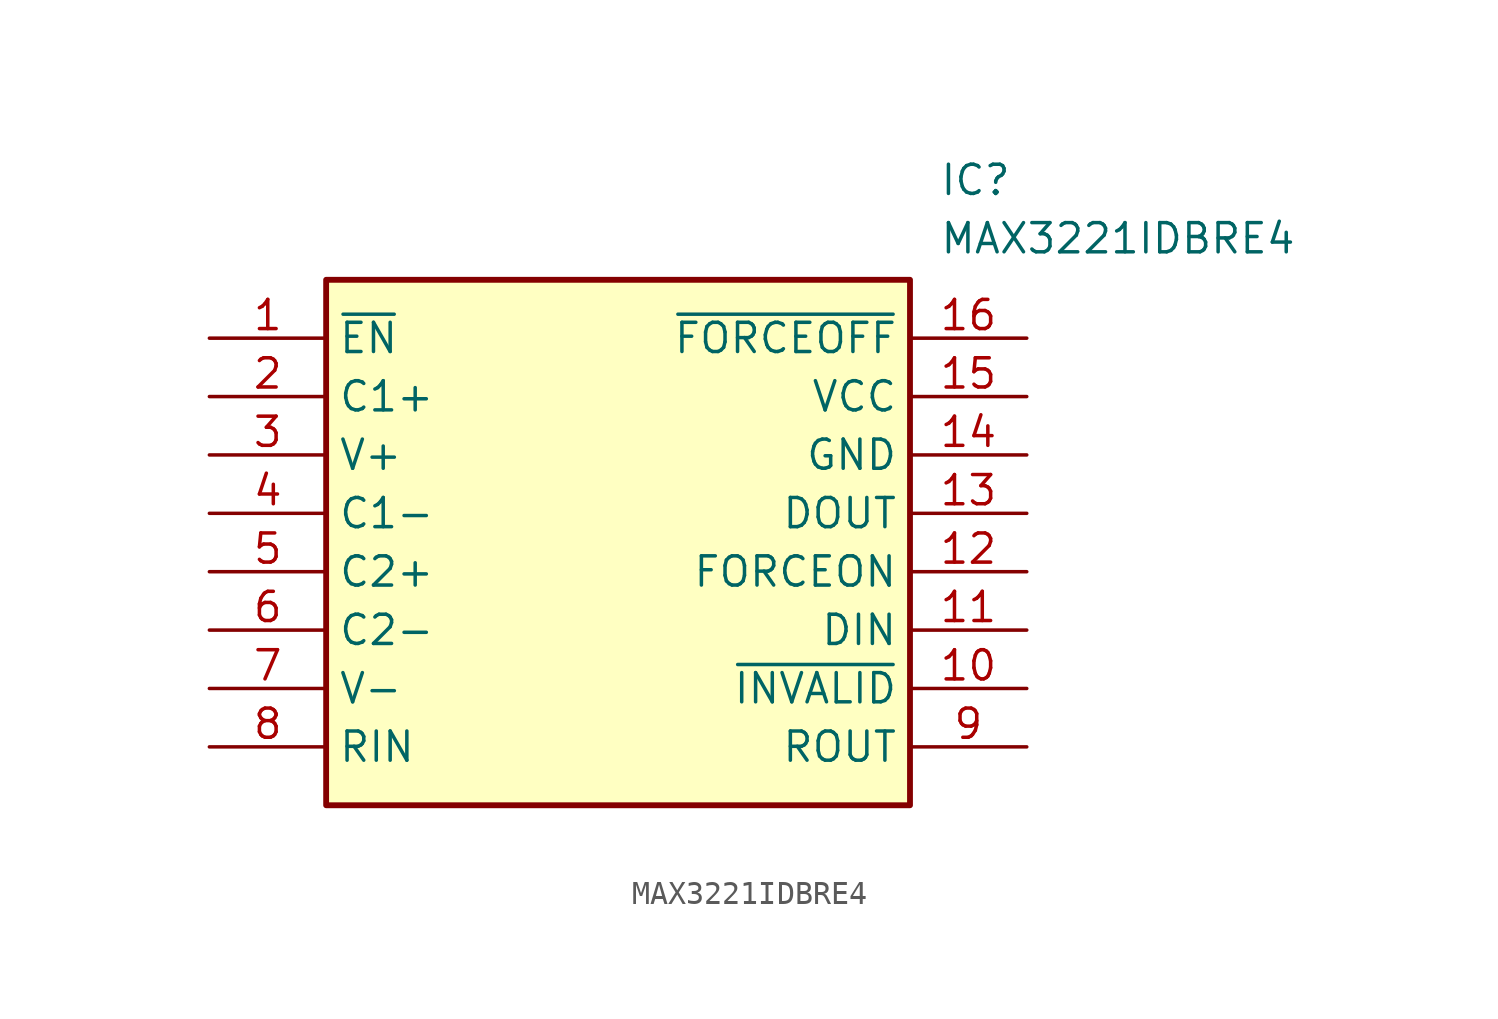
<source format=kicad_sym>
(kicad_symbol_lib
  (version 20211014)
  (generator SamacSys_ECAD_Model)
  (symbol "MAX3221IDBRE4"
    (property "Reference" "IC"
      (at 31.75 7.62 0)
      (effects (font (size 1.27 1.27)) (justify left top)))
    (property "Value" "MAX3221IDBRE4"
      (at 31.75 5.08 0)
      (effects (font (size 1.27 1.27)) (justify left top)))
    (rectangle
      (start 5.08 2.54)
      (end 30.48 -20.32)
      (stroke (width 0.254) (type default))
      (fill (type background)))
    (pin passive line
      (at 0 0 0)
      (length 5.08)
      (name "~{EN}" (effects (font (size 1.27 1.27))))
      (number "1" (effects (font (size 1.27 1.27)))))
    (pin passive line
      (at 0 -2.54 0)
      (length 5.08)
      (name "C1+" (effects (font (size 1.27 1.27))))
      (number "2" (effects (font (size 1.27 1.27)))))
    (pin passive line
      (at 0 -5.08 0)
      (length 5.08)
      (name "V+" (effects (font (size 1.27 1.27))))
      (number "3" (effects (font (size 1.27 1.27)))))
    (pin passive line
      (at 0 -7.62 0)
      (length 5.08)
      (name "C1-" (effects (font (size 1.27 1.27))))
      (number "4" (effects (font (size 1.27 1.27)))))
    (pin passive line
      (at 0 -10.16 0)
      (length 5.08)
      (name "C2+" (effects (font (size 1.27 1.27))))
      (number "5" (effects (font (size 1.27 1.27)))))
    (pin passive line
      (at 0 -12.7 0)
      (length 5.08)
      (name "C2-" (effects (font (size 1.27 1.27))))
      (number "6" (effects (font (size 1.27 1.27)))))
    (pin passive line
      (at 0 -15.24 0)
      (length 5.08)
      (name "V-" (effects (font (size 1.27 1.27))))
      (number "7" (effects (font (size 1.27 1.27)))))
    (pin passive line
      (at 0 -17.78 0)
      (length 5.08)
      (name "RIN" (effects (font (size 1.27 1.27))))
      (number "8" (effects (font (size 1.27 1.27)))))
    (pin passive line
      (at 35.56 0 180)
      (length 5.08)
      (name "~{FORCEOFF}" (effects (font (size 1.27 1.27))))
      (number "16" (effects (font (size 1.27 1.27)))))
    (pin passive line
      (at 35.56 -2.54 180)
      (length 5.08)
      (name "VCC" (effects (font (size 1.27 1.27))))
      (number "15" (effects (font (size 1.27 1.27)))))
    (pin passive line
      (at 35.56 -5.08 180)
      (length 5.08)
      (name "GND" (effects (font (size 1.27 1.27))))
      (number "14" (effects (font (size 1.27 1.27)))))
    (pin passive line
      (at 35.56 -7.62 180)
      (length 5.08)
      (name "DOUT" (effects (font (size 1.27 1.27))))
      (number "13" (effects (font (size 1.27 1.27)))))
    (pin passive line
      (at 35.56 -10.16 180)
      (length 5.08)
      (name "FORCEON" (effects (font (size 1.27 1.27))))
      (number "12" (effects (font (size 1.27 1.27)))))
    (pin passive line
      (at 35.56 -12.7 180)
      (length 5.08)
      (name "DIN" (effects (font (size 1.27 1.27))))
      (number "11" (effects (font (size 1.27 1.27)))))
    (pin passive line
      (at 35.56 -15.24 180)
      (length 5.08)
      (name "~{INVALID}" (effects (font (size 1.27 1.27))))
      (number "10" (effects (font (size 1.27 1.27)))))
    (pin passive line
      (at 35.56 -17.78 180)
      (length 5.08)
      (name "ROUT" (effects (font (size 1.27 1.27))))
      (number "9" (effects (font (size 1.27 1.27)))))))
</source>
